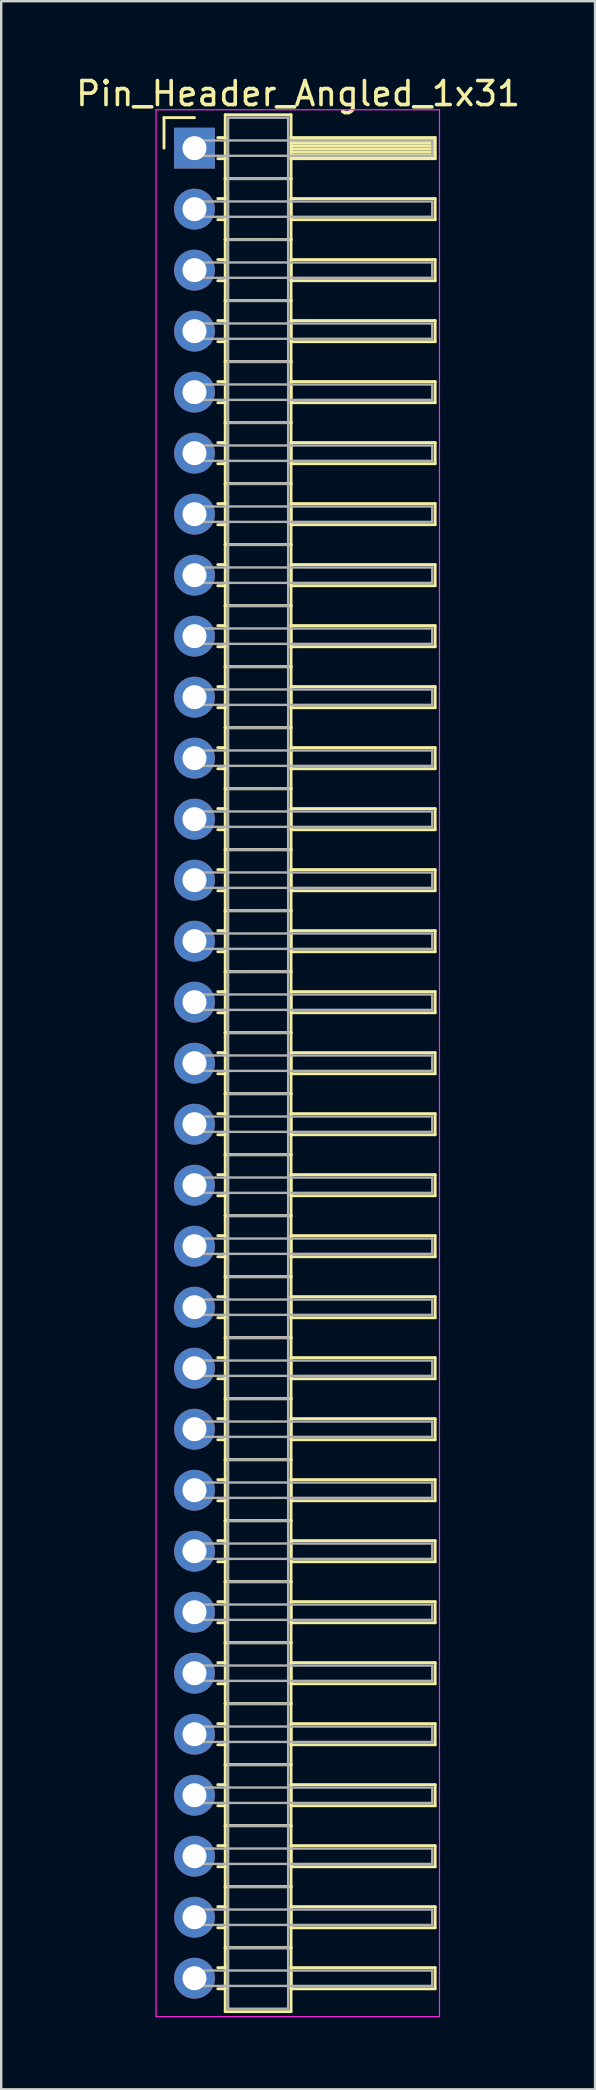
<source format=kicad_pcb>
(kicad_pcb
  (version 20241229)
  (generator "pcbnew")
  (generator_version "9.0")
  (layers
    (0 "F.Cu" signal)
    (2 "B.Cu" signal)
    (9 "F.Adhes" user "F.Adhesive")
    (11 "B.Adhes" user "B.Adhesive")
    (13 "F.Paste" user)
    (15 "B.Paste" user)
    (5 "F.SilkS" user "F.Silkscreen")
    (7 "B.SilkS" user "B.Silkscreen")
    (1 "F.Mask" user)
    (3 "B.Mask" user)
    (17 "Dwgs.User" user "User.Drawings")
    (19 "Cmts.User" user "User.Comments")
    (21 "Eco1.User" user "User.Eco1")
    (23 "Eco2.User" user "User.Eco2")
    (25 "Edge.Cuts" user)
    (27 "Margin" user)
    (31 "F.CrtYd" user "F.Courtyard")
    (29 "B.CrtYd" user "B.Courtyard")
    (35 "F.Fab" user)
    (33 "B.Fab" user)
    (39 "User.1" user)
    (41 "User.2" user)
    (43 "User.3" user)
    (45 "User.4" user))
  (footprint "Pin_Header_Angled_1x31"
    (layer "F.Cu")
    (at 5.048 3.118)
    (property "Reference" "Pin_Header_Angled_1x31" (at 4.315 -2.27 0) (layer "F.SilkS") (effects (font (size 1 1) (thickness 0.15))))
    (attr through_hole)
    (fp_line (start -1.27 -1.27) (end 0 -1.27) (stroke (width 0.12) (type solid)) (layer "F.SilkS"))
    (fp_line (start -1.27 0) (end -1.27 -1.27) (stroke (width 0.12) (type solid)) (layer "F.SilkS"))
    (fp_line (start 0.97 -0.44) (end 1.28 -0.44) (stroke (width 0.12) (type solid)) (layer "F.SilkS"))
    (fp_line (start 0.97 0.44) (end 1.28 0.44) (stroke (width 0.12) (type solid)) (layer "F.SilkS"))
    (fp_line (start 0.97 2.1) (end 1.28 2.1) (stroke (width 0.12) (type solid)) (layer "F.SilkS"))
    (fp_line (start 0.97 2.98) (end 1.28 2.98) (stroke (width 0.12) (type solid)) (layer "F.SilkS"))
    (fp_line (start 0.97 4.64) (end 1.28 4.64) (stroke (width 0.12) (type solid)) (layer "F.SilkS"))
    (fp_line (start 0.97 5.52) (end 1.28 5.52) (stroke (width 0.12) (type solid)) (layer "F.SilkS"))
    (fp_line (start 0.97 7.18) (end 1.28 7.18) (stroke (width 0.12) (type solid)) (layer "F.SilkS"))
    (fp_line (start 0.97 8.06) (end 1.28 8.06) (stroke (width 0.12) (type solid)) (layer "F.SilkS"))
    (fp_line (start 0.97 9.72) (end 1.28 9.72) (stroke (width 0.12) (type solid)) (layer "F.SilkS"))
    (fp_line (start 0.97 10.6) (end 1.28 10.6) (stroke (width 0.12) (type solid)) (layer "F.SilkS"))
    (fp_line (start 0.97 12.26) (end 1.28 12.26) (stroke (width 0.12) (type solid)) (layer "F.SilkS"))
    (fp_line (start 0.97 13.14) (end 1.28 13.14) (stroke (width 0.12) (type solid)) (layer "F.SilkS"))
    (fp_line (start 0.97 14.8) (end 1.28 14.8) (stroke (width 0.12) (type solid)) (layer "F.SilkS"))
    (fp_line (start 0.97 15.68) (end 1.28 15.68) (stroke (width 0.12) (type solid)) (layer "F.SilkS"))
    (fp_line (start 0.97 17.34) (end 1.28 17.34) (stroke (width 0.12) (type solid)) (layer "F.SilkS"))
    (fp_line (start 0.97 18.22) (end 1.28 18.22) (stroke (width 0.12) (type solid)) (layer "F.SilkS"))
    (fp_line (start 0.97 19.88) (end 1.28 19.88) (stroke (width 0.12) (type solid)) (layer "F.SilkS"))
    (fp_line (start 0.97 20.76) (end 1.28 20.76) (stroke (width 0.12) (type solid)) (layer "F.SilkS"))
    (fp_line (start 0.97 22.42) (end 1.28 22.42) (stroke (width 0.12) (type solid)) (layer "F.SilkS"))
    (fp_line (start 0.97 23.3) (end 1.28 23.3) (stroke (width 0.12) (type solid)) (layer "F.SilkS"))
    (fp_line (start 0.97 24.96) (end 1.28 24.96) (stroke (width 0.12) (type solid)) (layer "F.SilkS"))
    (fp_line (start 0.97 25.84) (end 1.28 25.84) (stroke (width 0.12) (type solid)) (layer "F.SilkS"))
    (fp_line (start 0.97 27.5) (end 1.28 27.5) (stroke (width 0.12) (type solid)) (layer "F.SilkS"))
    (fp_line (start 0.97 28.38) (end 1.28 28.38) (stroke (width 0.12) (type solid)) (layer "F.SilkS"))
    (fp_line (start 0.97 30.04) (end 1.28 30.04) (stroke (width 0.12) (type solid)) (layer "F.SilkS"))
    (fp_line (start 0.97 30.92) (end 1.28 30.92) (stroke (width 0.12) (type solid)) (layer "F.SilkS"))
    (fp_line (start 0.97 32.58) (end 1.28 32.58) (stroke (width 0.12) (type solid)) (layer "F.SilkS"))
    (fp_line (start 0.97 33.46) (end 1.28 33.46) (stroke (width 0.12) (type solid)) (layer "F.SilkS"))
    (fp_line (start 0.97 35.12) (end 1.28 35.12) (stroke (width 0.12) (type solid)) (layer "F.SilkS"))
    (fp_line (start 0.97 36) (end 1.28 36) (stroke (width 0.12) (type solid)) (layer "F.SilkS"))
    (fp_line (start 0.97 37.66) (end 1.28 37.66) (stroke (width 0.12) (type solid)) (layer "F.SilkS"))
    (fp_line (start 0.97 38.54) (end 1.28 38.54) (stroke (width 0.12) (type solid)) (layer "F.SilkS"))
    (fp_line (start 0.97 40.2) (end 1.28 40.2) (stroke (width 0.12) (type solid)) (layer "F.SilkS"))
    (fp_line (start 0.97 41.08) (end 1.28 41.08) (stroke (width 0.12) (type solid)) (layer "F.SilkS"))
    (fp_line (start 0.97 42.74) (end 1.28 42.74) (stroke (width 0.12) (type solid)) (layer "F.SilkS"))
    (fp_line (start 0.97 43.62) (end 1.28 43.62) (stroke (width 0.12) (type solid)) (layer "F.SilkS"))
    (fp_line (start 0.97 45.28) (end 1.28 45.28) (stroke (width 0.12) (type solid)) (layer "F.SilkS"))
    (fp_line (start 0.97 46.16) (end 1.28 46.16) (stroke (width 0.12) (type solid)) (layer "F.SilkS"))
    (fp_line (start 0.97 47.82) (end 1.28 47.82) (stroke (width 0.12) (type solid)) (layer "F.SilkS"))
    (fp_line (start 0.97 48.7) (end 1.28 48.7) (stroke (width 0.12) (type solid)) (layer "F.SilkS"))
    (fp_line (start 0.97 50.36) (end 1.28 50.36) (stroke (width 0.12) (type solid)) (layer "F.SilkS"))
    (fp_line (start 0.97 51.24) (end 1.28 51.24) (stroke (width 0.12) (type solid)) (layer "F.SilkS"))
    (fp_line (start 0.97 52.9) (end 1.28 52.9) (stroke (width 0.12) (type solid)) (layer "F.SilkS"))
    (fp_line (start 0.97 53.78) (end 1.28 53.78) (stroke (width 0.12) (type solid)) (layer "F.SilkS"))
    (fp_line (start 0.97 55.44) (end 1.28 55.44) (stroke (width 0.12) (type solid)) (layer "F.SilkS"))
    (fp_line (start 0.97 56.32) (end 1.28 56.32) (stroke (width 0.12) (type solid)) (layer "F.SilkS"))
    (fp_line (start 0.97 57.98) (end 1.28 57.98) (stroke (width 0.12) (type solid)) (layer "F.SilkS"))
    (fp_line (start 0.97 58.86) (end 1.28 58.86) (stroke (width 0.12) (type solid)) (layer "F.SilkS"))
    (fp_line (start 0.97 60.52) (end 1.28 60.52) (stroke (width 0.12) (type solid)) (layer "F.SilkS"))
    (fp_line (start 0.97 61.4) (end 1.28 61.4) (stroke (width 0.12) (type solid)) (layer "F.SilkS"))
    (fp_line (start 0.97 63.06) (end 1.28 63.06) (stroke (width 0.12) (type solid)) (layer "F.SilkS"))
    (fp_line (start 0.97 63.94) (end 1.28 63.94) (stroke (width 0.12) (type solid)) (layer "F.SilkS"))
    (fp_line (start 0.97 65.6) (end 1.28 65.6) (stroke (width 0.12) (type solid)) (layer "F.SilkS"))
    (fp_line (start 0.97 66.48) (end 1.28 66.48) (stroke (width 0.12) (type solid)) (layer "F.SilkS"))
    (fp_line (start 0.97 68.14) (end 1.28 68.14) (stroke (width 0.12) (type solid)) (layer "F.SilkS"))
    (fp_line (start 0.97 69.02) (end 1.28 69.02) (stroke (width 0.12) (type solid)) (layer "F.SilkS"))
    (fp_line (start 0.97 70.68) (end 1.28 70.68) (stroke (width 0.12) (type solid)) (layer "F.SilkS"))
    (fp_line (start 0.97 71.56) (end 1.28 71.56) (stroke (width 0.12) (type solid)) (layer "F.SilkS"))
    (fp_line (start 0.97 73.22) (end 1.28 73.22) (stroke (width 0.12) (type solid)) (layer "F.SilkS"))
    (fp_line (start 0.97 74.1) (end 1.28 74.1) (stroke (width 0.12) (type solid)) (layer "F.SilkS"))
    (fp_line (start 0.97 75.76) (end 1.28 75.76) (stroke (width 0.12) (type solid)) (layer "F.SilkS"))
    (fp_line (start 0.97 76.64) (end 1.28 76.64) (stroke (width 0.12) (type solid)) (layer "F.SilkS"))
    (fp_line (start 1.28 -1.39) (end 1.28 1.27) (stroke (width 0.12) (type solid)) (layer "F.SilkS"))
    (fp_line (start 1.28 1.27) (end 1.28 3.81) (stroke (width 0.12) (type solid)) (layer "F.SilkS"))
    (fp_line (start 1.28 1.27) (end 4.02 1.27) (stroke (width 0.12) (type solid)) (layer "F.SilkS"))
    (fp_line (start 1.28 3.81) (end 1.28 6.35) (stroke (width 0.12) (type solid)) (layer "F.SilkS"))
    (fp_line (start 1.28 3.81) (end 4.02 3.81) (stroke (width 0.12) (type solid)) (layer "F.SilkS"))
    (fp_line (start 1.28 6.35) (end 1.28 8.89) (stroke (width 0.12) (type solid)) (layer "F.SilkS"))
    (fp_line (start 1.28 6.35) (end 4.02 6.35) (stroke (width 0.12) (type solid)) (layer "F.SilkS"))
    (fp_line (start 1.28 8.89) (end 1.28 11.43) (stroke (width 0.12) (type solid)) (layer "F.SilkS"))
    (fp_line (start 1.28 8.89) (end 4.02 8.89) (stroke (width 0.12) (type solid)) (layer "F.SilkS"))
    (fp_line (start 1.28 11.43) (end 1.28 13.97) (stroke (width 0.12) (type solid)) (layer "F.SilkS"))
    (fp_line (start 1.28 11.43) (end 4.02 11.43) (stroke (width 0.12) (type solid)) (layer "F.SilkS"))
    (fp_line (start 1.28 13.97) (end 1.28 16.51) (stroke (width 0.12) (type solid)) (layer "F.SilkS"))
    (fp_line (start 1.28 13.97) (end 4.02 13.97) (stroke (width 0.12) (type solid)) (layer "F.SilkS"))
    (fp_line (start 1.28 16.51) (end 1.28 19.05) (stroke (width 0.12) (type solid)) (layer "F.SilkS"))
    (fp_line (start 1.28 16.51) (end 4.02 16.51) (stroke (width 0.12) (type solid)) (layer "F.SilkS"))
    (fp_line (start 1.28 19.05) (end 1.28 21.59) (stroke (width 0.12) (type solid)) (layer "F.SilkS"))
    (fp_line (start 1.28 19.05) (end 4.02 19.05) (stroke (width 0.12) (type solid)) (layer "F.SilkS"))
    (fp_line (start 1.28 21.59) (end 1.28 24.13) (stroke (width 0.12) (type solid)) (layer "F.SilkS"))
    (fp_line (start 1.28 21.59) (end 4.02 21.59) (stroke (width 0.12) (type solid)) (layer "F.SilkS"))
    (fp_line (start 1.28 24.13) (end 1.28 26.67) (stroke (width 0.12) (type solid)) (layer "F.SilkS"))
    (fp_line (start 1.28 24.13) (end 4.02 24.13) (stroke (width 0.12) (type solid)) (layer "F.SilkS"))
    (fp_line (start 1.28 26.67) (end 1.28 29.21) (stroke (width 0.12) (type solid)) (layer "F.SilkS"))
    (fp_line (start 1.28 26.67) (end 4.02 26.67) (stroke (width 0.12) (type solid)) (layer "F.SilkS"))
    (fp_line (start 1.28 29.21) (end 1.28 31.75) (stroke (width 0.12) (type solid)) (layer "F.SilkS"))
    (fp_line (start 1.28 29.21) (end 4.02 29.21) (stroke (width 0.12) (type solid)) (layer "F.SilkS"))
    (fp_line (start 1.28 31.75) (end 1.28 34.29) (stroke (width 0.12) (type solid)) (layer "F.SilkS"))
    (fp_line (start 1.28 31.75) (end 4.02 31.75) (stroke (width 0.12) (type solid)) (layer "F.SilkS"))
    (fp_line (start 1.28 34.29) (end 1.28 36.83) (stroke (width 0.12) (type solid)) (layer "F.SilkS"))
    (fp_line (start 1.28 34.29) (end 4.02 34.29) (stroke (width 0.12) (type solid)) (layer "F.SilkS"))
    (fp_line (start 1.28 36.83) (end 1.28 39.37) (stroke (width 0.12) (type solid)) (layer "F.SilkS"))
    (fp_line (start 1.28 36.83) (end 4.02 36.83) (stroke (width 0.12) (type solid)) (layer "F.SilkS"))
    (fp_line (start 1.28 39.37) (end 1.28 41.91) (stroke (width 0.12) (type solid)) (layer "F.SilkS"))
    (fp_line (start 1.28 39.37) (end 4.02 39.37) (stroke (width 0.12) (type solid)) (layer "F.SilkS"))
    (fp_line (start 1.28 41.91) (end 1.28 44.45) (stroke (width 0.12) (type solid)) (layer "F.SilkS"))
    (fp_line (start 1.28 41.91) (end 4.02 41.91) (stroke (width 0.12) (type solid)) (layer "F.SilkS"))
    (fp_line (start 1.28 44.45) (end 1.28 46.99) (stroke (width 0.12) (type solid)) (layer "F.SilkS"))
    (fp_line (start 1.28 44.45) (end 4.02 44.45) (stroke (width 0.12) (type solid)) (layer "F.SilkS"))
    (fp_line (start 1.28 46.99) (end 1.28 49.53) (stroke (width 0.12) (type solid)) (layer "F.SilkS"))
    (fp_line (start 1.28 46.99) (end 4.02 46.99) (stroke (width 0.12) (type solid)) (layer "F.SilkS"))
    (fp_line (start 1.28 49.53) (end 1.28 52.07) (stroke (width 0.12) (type solid)) (layer "F.SilkS"))
    (fp_line (start 1.28 49.53) (end 4.02 49.53) (stroke (width 0.12) (type solid)) (layer "F.SilkS"))
    (fp_line (start 1.28 52.07) (end 1.28 54.61) (stroke (width 0.12) (type solid)) (layer "F.SilkS"))
    (fp_line (start 1.28 52.07) (end 4.02 52.07) (stroke (width 0.12) (type solid)) (layer "F.SilkS"))
    (fp_line (start 1.28 54.61) (end 1.28 57.15) (stroke (width 0.12) (type solid)) (layer "F.SilkS"))
    (fp_line (start 1.28 54.61) (end 4.02 54.61) (stroke (width 0.12) (type solid)) (layer "F.SilkS"))
    (fp_line (start 1.28 57.15) (end 1.28 59.69) (stroke (width 0.12) (type solid)) (layer "F.SilkS"))
    (fp_line (start 1.28 57.15) (end 4.02 57.15) (stroke (width 0.12) (type solid)) (layer "F.SilkS"))
    (fp_line (start 1.28 59.69) (end 1.28 62.23) (stroke (width 0.12) (type solid)) (layer "F.SilkS"))
    (fp_line (start 1.28 59.69) (end 4.02 59.69) (stroke (width 0.12) (type solid)) (layer "F.SilkS"))
    (fp_line (start 1.28 62.23) (end 1.28 64.77) (stroke (width 0.12) (type solid)) (layer "F.SilkS"))
    (fp_line (start 1.28 62.23) (end 4.02 62.23) (stroke (width 0.12) (type solid)) (layer "F.SilkS"))
    (fp_line (start 1.28 64.77) (end 1.28 67.31) (stroke (width 0.12) (type solid)) (layer "F.SilkS"))
    (fp_line (start 1.28 64.77) (end 4.02 64.77) (stroke (width 0.12) (type solid)) (layer "F.SilkS"))
    (fp_line (start 1.28 67.31) (end 1.28 69.85) (stroke (width 0.12) (type solid)) (layer "F.SilkS"))
    (fp_line (start 1.28 67.31) (end 4.02 67.31) (stroke (width 0.12) (type solid)) (layer "F.SilkS"))
    (fp_line (start 1.28 69.85) (end 1.28 72.39) (stroke (width 0.12) (type solid)) (layer "F.SilkS"))
    (fp_line (start 1.28 69.85) (end 4.02 69.85) (stroke (width 0.12) (type solid)) (layer "F.SilkS"))
    (fp_line (start 1.28 72.39) (end 1.28 74.93) (stroke (width 0.12) (type solid)) (layer "F.SilkS"))
    (fp_line (start 1.28 72.39) (end 4.02 72.39) (stroke (width 0.12) (type solid)) (layer "F.SilkS"))
    (fp_line (start 1.28 74.93) (end 1.28 77.59) (stroke (width 0.12) (type solid)) (layer "F.SilkS"))
    (fp_line (start 1.28 74.93) (end 4.02 74.93) (stroke (width 0.12) (type solid)) (layer "F.SilkS"))
    (fp_line (start 1.28 77.59) (end 4.02 77.59) (stroke (width 0.12) (type solid)) (layer "F.SilkS"))
    (fp_line (start 4.02 -1.39) (end 1.28 -1.39) (stroke (width 0.12) (type solid)) (layer "F.SilkS"))
    (fp_line (start 4.02 -0.44) (end 4.02 0.44) (stroke (width 0.12) (type solid)) (layer "F.SilkS"))
    (fp_line (start 4.02 -0.32) (end 10.02 -0.32) (stroke (width 0.12) (type solid)) (layer "F.SilkS"))
    (fp_line (start 4.02 -0.2) (end 10.02 -0.2) (stroke (width 0.12) (type solid)) (layer "F.SilkS"))
    (fp_line (start 4.02 -0.08) (end 10.02 -0.08) (stroke (width 0.12) (type solid)) (layer "F.SilkS"))
    (fp_line (start 4.02 0.04) (end 10.02 0.04) (stroke (width 0.12) (type solid)) (layer "F.SilkS"))
    (fp_line (start 4.02 0.16) (end 10.02 0.16) (stroke (width 0.12) (type solid)) (layer "F.SilkS"))
    (fp_line (start 4.02 0.28) (end 10.02 0.28) (stroke (width 0.12) (type solid)) (layer "F.SilkS"))
    (fp_line (start 4.02 0.4) (end 10.02 0.4) (stroke (width 0.12) (type solid)) (layer "F.SilkS"))
    (fp_line (start 4.02 0.44) (end 10.02 0.44) (stroke (width 0.12) (type solid)) (layer "F.SilkS"))
    (fp_line (start 4.02 1.27) (end 1.28 1.27) (stroke (width 0.12) (type solid)) (layer "F.SilkS"))
    (fp_line (start 4.02 1.27) (end 4.02 -1.39) (stroke (width 0.12) (type solid)) (layer "F.SilkS"))
    (fp_line (start 4.02 2.1) (end 4.02 2.98) (stroke (width 0.12) (type solid)) (layer "F.SilkS"))
    (fp_line (start 4.02 2.98) (end 10.02 2.98) (stroke (width 0.12) (type solid)) (layer "F.SilkS"))
    (fp_line (start 4.02 3.81) (end 1.28 3.81) (stroke (width 0.12) (type solid)) (layer "F.SilkS"))
    (fp_line (start 4.02 3.81) (end 4.02 1.27) (stroke (width 0.12) (type solid)) (layer "F.SilkS"))
    (fp_line (start 4.02 4.64) (end 4.02 5.52) (stroke (width 0.12) (type solid)) (layer "F.SilkS"))
    (fp_line (start 4.02 5.52) (end 10.02 5.52) (stroke (width 0.12) (type solid)) (layer "F.SilkS"))
    (fp_line (start 4.02 6.35) (end 1.28 6.35) (stroke (width 0.12) (type solid)) (layer "F.SilkS"))
    (fp_line (start 4.02 6.35) (end 4.02 3.81) (stroke (width 0.12) (type solid)) (layer "F.SilkS"))
    (fp_line (start 4.02 7.18) (end 4.02 8.06) (stroke (width 0.12) (type solid)) (layer "F.SilkS"))
    (fp_line (start 4.02 8.06) (end 10.02 8.06) (stroke (width 0.12) (type solid)) (layer "F.SilkS"))
    (fp_line (start 4.02 8.89) (end 1.28 8.89) (stroke (width 0.12) (type solid)) (layer "F.SilkS"))
    (fp_line (start 4.02 8.89) (end 4.02 6.35) (stroke (width 0.12) (type solid)) (layer "F.SilkS"))
    (fp_line (start 4.02 9.72) (end 4.02 10.6) (stroke (width 0.12) (type solid)) (layer "F.SilkS"))
    (fp_line (start 4.02 10.6) (end 10.02 10.6) (stroke (width 0.12) (type solid)) (layer "F.SilkS"))
    (fp_line (start 4.02 11.43) (end 1.28 11.43) (stroke (width 0.12) (type solid)) (layer "F.SilkS"))
    (fp_line (start 4.02 11.43) (end 4.02 8.89) (stroke (width 0.12) (type solid)) (layer "F.SilkS"))
    (fp_line (start 4.02 12.26) (end 4.02 13.14) (stroke (width 0.12) (type solid)) (layer "F.SilkS"))
    (fp_line (start 4.02 13.14) (end 10.02 13.14) (stroke (width 0.12) (type solid)) (layer "F.SilkS"))
    (fp_line (start 4.02 13.97) (end 1.28 13.97) (stroke (width 0.12) (type solid)) (layer "F.SilkS"))
    (fp_line (start 4.02 13.97) (end 4.02 11.43) (stroke (width 0.12) (type solid)) (layer "F.SilkS"))
    (fp_line (start 4.02 14.8) (end 4.02 15.68) (stroke (width 0.12) (type solid)) (layer "F.SilkS"))
    (fp_line (start 4.02 15.68) (end 10.02 15.68) (stroke (width 0.12) (type solid)) (layer "F.SilkS"))
    (fp_line (start 4.02 16.51) (end 1.28 16.51) (stroke (width 0.12) (type solid)) (layer "F.SilkS"))
    (fp_line (start 4.02 16.51) (end 4.02 13.97) (stroke (width 0.12) (type solid)) (layer "F.SilkS"))
    (fp_line (start 4.02 17.34) (end 4.02 18.22) (stroke (width 0.12) (type solid)) (layer "F.SilkS"))
    (fp_line (start 4.02 18.22) (end 10.02 18.22) (stroke (width 0.12) (type solid)) (layer "F.SilkS"))
    (fp_line (start 4.02 19.05) (end 1.28 19.05) (stroke (width 0.12) (type solid)) (layer "F.SilkS"))
    (fp_line (start 4.02 19.05) (end 4.02 16.51) (stroke (width 0.12) (type solid)) (layer "F.SilkS"))
    (fp_line (start 4.02 19.88) (end 4.02 20.76) (stroke (width 0.12) (type solid)) (layer "F.SilkS"))
    (fp_line (start 4.02 20.76) (end 10.02 20.76) (stroke (width 0.12) (type solid)) (layer "F.SilkS"))
    (fp_line (start 4.02 21.59) (end 1.28 21.59) (stroke (width 0.12) (type solid)) (layer "F.SilkS"))
    (fp_line (start 4.02 21.59) (end 4.02 19.05) (stroke (width 0.12) (type solid)) (layer "F.SilkS"))
    (fp_line (start 4.02 22.42) (end 4.02 23.3) (stroke (width 0.12) (type solid)) (layer "F.SilkS"))
    (fp_line (start 4.02 23.3) (end 10.02 23.3) (stroke (width 0.12) (type solid)) (layer "F.SilkS"))
    (fp_line (start 4.02 24.13) (end 1.28 24.13) (stroke (width 0.12) (type solid)) (layer "F.SilkS"))
    (fp_line (start 4.02 24.13) (end 4.02 21.59) (stroke (width 0.12) (type solid)) (layer "F.SilkS"))
    (fp_line (start 4.02 24.96) (end 4.02 25.84) (stroke (width 0.12) (type solid)) (layer "F.SilkS"))
    (fp_line (start 4.02 25.84) (end 10.02 25.84) (stroke (width 0.12) (type solid)) (layer "F.SilkS"))
    (fp_line (start 4.02 26.67) (end 1.28 26.67) (stroke (width 0.12) (type solid)) (layer "F.SilkS"))
    (fp_line (start 4.02 26.67) (end 4.02 24.13) (stroke (width 0.12) (type solid)) (layer "F.SilkS"))
    (fp_line (start 4.02 27.5) (end 4.02 28.38) (stroke (width 0.12) (type solid)) (layer "F.SilkS"))
    (fp_line (start 4.02 28.38) (end 10.02 28.38) (stroke (width 0.12) (type solid)) (layer "F.SilkS"))
    (fp_line (start 4.02 29.21) (end 1.28 29.21) (stroke (width 0.12) (type solid)) (layer "F.SilkS"))
    (fp_line (start 4.02 29.21) (end 4.02 26.67) (stroke (width 0.12) (type solid)) (layer "F.SilkS"))
    (fp_line (start 4.02 30.04) (end 4.02 30.92) (stroke (width 0.12) (type solid)) (layer "F.SilkS"))
    (fp_line (start 4.02 30.92) (end 10.02 30.92) (stroke (width 0.12) (type solid)) (layer "F.SilkS"))
    (fp_line (start 4.02 31.75) (end 1.28 31.75) (stroke (width 0.12) (type solid)) (layer "F.SilkS"))
    (fp_line (start 4.02 31.75) (end 4.02 29.21) (stroke (width 0.12) (type solid)) (layer "F.SilkS"))
    (fp_line (start 4.02 32.58) (end 4.02 33.46) (stroke (width 0.12) (type solid)) (layer "F.SilkS"))
    (fp_line (start 4.02 33.46) (end 10.02 33.46) (stroke (width 0.12) (type solid)) (layer "F.SilkS"))
    (fp_line (start 4.02 34.29) (end 1.28 34.29) (stroke (width 0.12) (type solid)) (layer "F.SilkS"))
    (fp_line (start 4.02 34.29) (end 4.02 31.75) (stroke (width 0.12) (type solid)) (layer "F.SilkS"))
    (fp_line (start 4.02 35.12) (end 4.02 36) (stroke (width 0.12) (type solid)) (layer "F.SilkS"))
    (fp_line (start 4.02 36) (end 10.02 36) (stroke (width 0.12) (type solid)) (layer "F.SilkS"))
    (fp_line (start 4.02 36.83) (end 1.28 36.83) (stroke (width 0.12) (type solid)) (layer "F.SilkS"))
    (fp_line (start 4.02 36.83) (end 4.02 34.29) (stroke (width 0.12) (type solid)) (layer "F.SilkS"))
    (fp_line (start 4.02 37.66) (end 4.02 38.54) (stroke (width 0.12) (type solid)) (layer "F.SilkS"))
    (fp_line (start 4.02 38.54) (end 10.02 38.54) (stroke (width 0.12) (type solid)) (layer "F.SilkS"))
    (fp_line (start 4.02 39.37) (end 1.28 39.37) (stroke (width 0.12) (type solid)) (layer "F.SilkS"))
    (fp_line (start 4.02 39.37) (end 4.02 36.83) (stroke (width 0.12) (type solid)) (layer "F.SilkS"))
    (fp_line (start 4.02 40.2) (end 4.02 41.08) (stroke (width 0.12) (type solid)) (layer "F.SilkS"))
    (fp_line (start 4.02 41.08) (end 10.02 41.08) (stroke (width 0.12) (type solid)) (layer "F.SilkS"))
    (fp_line (start 4.02 41.91) (end 1.28 41.91) (stroke (width 0.12) (type solid)) (layer "F.SilkS"))
    (fp_line (start 4.02 41.91) (end 4.02 39.37) (stroke (width 0.12) (type solid)) (layer "F.SilkS"))
    (fp_line (start 4.02 42.74) (end 4.02 43.62) (stroke (width 0.12) (type solid)) (layer "F.SilkS"))
    (fp_line (start 4.02 43.62) (end 10.02 43.62) (stroke (width 0.12) (type solid)) (layer "F.SilkS"))
    (fp_line (start 4.02 44.45) (end 1.28 44.45) (stroke (width 0.12) (type solid)) (layer "F.SilkS"))
    (fp_line (start 4.02 44.45) (end 4.02 41.91) (stroke (width 0.12) (type solid)) (layer "F.SilkS"))
    (fp_line (start 4.02 45.28) (end 4.02 46.16) (stroke (width 0.12) (type solid)) (layer "F.SilkS"))
    (fp_line (start 4.02 46.16) (end 10.02 46.16) (stroke (width 0.12) (type solid)) (layer "F.SilkS"))
    (fp_line (start 4.02 46.99) (end 1.28 46.99) (stroke (width 0.12) (type solid)) (layer "F.SilkS"))
    (fp_line (start 4.02 46.99) (end 4.02 44.45) (stroke (width 0.12) (type solid)) (layer "F.SilkS"))
    (fp_line (start 4.02 47.82) (end 4.02 48.7) (stroke (width 0.12) (type solid)) (layer "F.SilkS"))
    (fp_line (start 4.02 48.7) (end 10.02 48.7) (stroke (width 0.12) (type solid)) (layer "F.SilkS"))
    (fp_line (start 4.02 49.53) (end 1.28 49.53) (stroke (width 0.12) (type solid)) (layer "F.SilkS"))
    (fp_line (start 4.02 49.53) (end 4.02 46.99) (stroke (width 0.12) (type solid)) (layer "F.SilkS"))
    (fp_line (start 4.02 50.36) (end 4.02 51.24) (stroke (width 0.12) (type solid)) (layer "F.SilkS"))
    (fp_line (start 4.02 51.24) (end 10.02 51.24) (stroke (width 0.12) (type solid)) (layer "F.SilkS"))
    (fp_line (start 4.02 52.07) (end 1.28 52.07) (stroke (width 0.12) (type solid)) (layer "F.SilkS"))
    (fp_line (start 4.02 52.07) (end 4.02 49.53) (stroke (width 0.12) (type solid)) (layer "F.SilkS"))
    (fp_line (start 4.02 52.9) (end 4.02 53.78) (stroke (width 0.12) (type solid)) (layer "F.SilkS"))
    (fp_line (start 4.02 53.78) (end 10.02 53.78) (stroke (width 0.12) (type solid)) (layer "F.SilkS"))
    (fp_line (start 4.02 54.61) (end 1.28 54.61) (stroke (width 0.12) (type solid)) (layer "F.SilkS"))
    (fp_line (start 4.02 54.61) (end 4.02 52.07) (stroke (width 0.12) (type solid)) (layer "F.SilkS"))
    (fp_line (start 4.02 55.44) (end 4.02 56.32) (stroke (width 0.12) (type solid)) (layer "F.SilkS"))
    (fp_line (start 4.02 56.32) (end 10.02 56.32) (stroke (width 0.12) (type solid)) (layer "F.SilkS"))
    (fp_line (start 4.02 57.15) (end 1.28 57.15) (stroke (width 0.12) (type solid)) (layer "F.SilkS"))
    (fp_line (start 4.02 57.15) (end 4.02 54.61) (stroke (width 0.12) (type solid)) (layer "F.SilkS"))
    (fp_line (start 4.02 57.98) (end 4.02 58.86) (stroke (width 0.12) (type solid)) (layer "F.SilkS"))
    (fp_line (start 4.02 58.86) (end 10.02 58.86) (stroke (width 0.12) (type solid)) (layer "F.SilkS"))
    (fp_line (start 4.02 59.69) (end 1.28 59.69) (stroke (width 0.12) (type solid)) (layer "F.SilkS"))
    (fp_line (start 4.02 59.69) (end 4.02 57.15) (stroke (width 0.12) (type solid)) (layer "F.SilkS"))
    (fp_line (start 4.02 60.52) (end 4.02 61.4) (stroke (width 0.12) (type solid)) (layer "F.SilkS"))
    (fp_line (start 4.02 61.4) (end 10.02 61.4) (stroke (width 0.12) (type solid)) (layer "F.SilkS"))
    (fp_line (start 4.02 62.23) (end 1.28 62.23) (stroke (width 0.12) (type solid)) (layer "F.SilkS"))
    (fp_line (start 4.02 62.23) (end 4.02 59.69) (stroke (width 0.12) (type solid)) (layer "F.SilkS"))
    (fp_line (start 4.02 63.06) (end 4.02 63.94) (stroke (width 0.12) (type solid)) (layer "F.SilkS"))
    (fp_line (start 4.02 63.94) (end 10.02 63.94) (stroke (width 0.12) (type solid)) (layer "F.SilkS"))
    (fp_line (start 4.02 64.77) (end 1.28 64.77) (stroke (width 0.12) (type solid)) (layer "F.SilkS"))
    (fp_line (start 4.02 64.77) (end 4.02 62.23) (stroke (width 0.12) (type solid)) (layer "F.SilkS"))
    (fp_line (start 4.02 65.6) (end 4.02 66.48) (stroke (width 0.12) (type solid)) (layer "F.SilkS"))
    (fp_line (start 4.02 66.48) (end 10.02 66.48) (stroke (width 0.12) (type solid)) (layer "F.SilkS"))
    (fp_line (start 4.02 67.31) (end 1.28 67.31) (stroke (width 0.12) (type solid)) (layer "F.SilkS"))
    (fp_line (start 4.02 67.31) (end 4.02 64.77) (stroke (width 0.12) (type solid)) (layer "F.SilkS"))
    (fp_line (start 4.02 68.14) (end 4.02 69.02) (stroke (width 0.12) (type solid)) (layer "F.SilkS"))
    (fp_line (start 4.02 69.02) (end 10.02 69.02) (stroke (width 0.12) (type solid)) (layer "F.SilkS"))
    (fp_line (start 4.02 69.85) (end 1.28 69.85) (stroke (width 0.12) (type solid)) (layer "F.SilkS"))
    (fp_line (start 4.02 69.85) (end 4.02 67.31) (stroke (width 0.12) (type solid)) (layer "F.SilkS"))
    (fp_line (start 4.02 70.68) (end 4.02 71.56) (stroke (width 0.12) (type solid)) (layer "F.SilkS"))
    (fp_line (start 4.02 71.56) (end 10.02 71.56) (stroke (width 0.12) (type solid)) (layer "F.SilkS"))
    (fp_line (start 4.02 72.39) (end 1.28 72.39) (stroke (width 0.12) (type solid)) (layer "F.SilkS"))
    (fp_line (start 4.02 72.39) (end 4.02 69.85) (stroke (width 0.12) (type solid)) (layer "F.SilkS"))
    (fp_line (start 4.02 73.22) (end 4.02 74.1) (stroke (width 0.12) (type solid)) (layer "F.SilkS"))
    (fp_line (start 4.02 74.1) (end 10.02 74.1) (stroke (width 0.12) (type solid)) (layer "F.SilkS"))
    (fp_line (start 4.02 74.93) (end 1.28 74.93) (stroke (width 0.12) (type solid)) (layer "F.SilkS"))
    (fp_line (start 4.02 74.93) (end 4.02 72.39) (stroke (width 0.12) (type solid)) (layer "F.SilkS"))
    (fp_line (start 4.02 75.76) (end 4.02 76.64) (stroke (width 0.12) (type solid)) (layer "F.SilkS"))
    (fp_line (start 4.02 76.64) (end 10.02 76.64) (stroke (width 0.12) (type solid)) (layer "F.SilkS"))
    (fp_line (start 4.02 77.59) (end 4.02 74.93) (stroke (width 0.12) (type solid)) (layer "F.SilkS"))
    (fp_line (start 10.02 -0.44) (end 4.02 -0.44) (stroke (width 0.12) (type solid)) (layer "F.SilkS"))
    (fp_line (start 10.02 0.44) (end 10.02 -0.44) (stroke (width 0.12) (type solid)) (layer "F.SilkS"))
    (fp_line (start 10.02 2.1) (end 4.02 2.1) (stroke (width 0.12) (type solid)) (layer "F.SilkS"))
    (fp_line (start 10.02 2.98) (end 10.02 2.1) (stroke (width 0.12) (type solid)) (layer "F.SilkS"))
    (fp_line (start 10.02 4.64) (end 4.02 4.64) (stroke (width 0.12) (type solid)) (layer "F.SilkS"))
    (fp_line (start 10.02 5.52) (end 10.02 4.64) (stroke (width 0.12) (type solid)) (layer "F.SilkS"))
    (fp_line (start 10.02 7.18) (end 4.02 7.18) (stroke (width 0.12) (type solid)) (layer "F.SilkS"))
    (fp_line (start 10.02 8.06) (end 10.02 7.18) (stroke (width 0.12) (type solid)) (layer "F.SilkS"))
    (fp_line (start 10.02 9.72) (end 4.02 9.72) (stroke (width 0.12) (type solid)) (layer "F.SilkS"))
    (fp_line (start 10.02 10.6) (end 10.02 9.72) (stroke (width 0.12) (type solid)) (layer "F.SilkS"))
    (fp_line (start 10.02 12.26) (end 4.02 12.26) (stroke (width 0.12) (type solid)) (layer "F.SilkS"))
    (fp_line (start 10.02 13.14) (end 10.02 12.26) (stroke (width 0.12) (type solid)) (layer "F.SilkS"))
    (fp_line (start 10.02 14.8) (end 4.02 14.8) (stroke (width 0.12) (type solid)) (layer "F.SilkS"))
    (fp_line (start 10.02 15.68) (end 10.02 14.8) (stroke (width 0.12) (type solid)) (layer "F.SilkS"))
    (fp_line (start 10.02 17.34) (end 4.02 17.34) (stroke (width 0.12) (type solid)) (layer "F.SilkS"))
    (fp_line (start 10.02 18.22) (end 10.02 17.34) (stroke (width 0.12) (type solid)) (layer "F.SilkS"))
    (fp_line (start 10.02 19.88) (end 4.02 19.88) (stroke (width 0.12) (type solid)) (layer "F.SilkS"))
    (fp_line (start 10.02 20.76) (end 10.02 19.88) (stroke (width 0.12) (type solid)) (layer "F.SilkS"))
    (fp_line (start 10.02 22.42) (end 4.02 22.42) (stroke (width 0.12) (type solid)) (layer "F.SilkS"))
    (fp_line (start 10.02 23.3) (end 10.02 22.42) (stroke (width 0.12) (type solid)) (layer "F.SilkS"))
    (fp_line (start 10.02 24.96) (end 4.02 24.96) (stroke (width 0.12) (type solid)) (layer "F.SilkS"))
    (fp_line (start 10.02 25.84) (end 10.02 24.96) (stroke (width 0.12) (type solid)) (layer "F.SilkS"))
    (fp_line (start 10.02 27.5) (end 4.02 27.5) (stroke (width 0.12) (type solid)) (layer "F.SilkS"))
    (fp_line (start 10.02 28.38) (end 10.02 27.5) (stroke (width 0.12) (type solid)) (layer "F.SilkS"))
    (fp_line (start 10.02 30.04) (end 4.02 30.04) (stroke (width 0.12) (type solid)) (layer "F.SilkS"))
    (fp_line (start 10.02 30.92) (end 10.02 30.04) (stroke (width 0.12) (type solid)) (layer "F.SilkS"))
    (fp_line (start 10.02 32.58) (end 4.02 32.58) (stroke (width 0.12) (type solid)) (layer "F.SilkS"))
    (fp_line (start 10.02 33.46) (end 10.02 32.58) (stroke (width 0.12) (type solid)) (layer "F.SilkS"))
    (fp_line (start 10.02 35.12) (end 4.02 35.12) (stroke (width 0.12) (type solid)) (layer "F.SilkS"))
    (fp_line (start 10.02 36) (end 10.02 35.12) (stroke (width 0.12) (type solid)) (layer "F.SilkS"))
    (fp_line (start 10.02 37.66) (end 4.02 37.66) (stroke (width 0.12) (type solid)) (layer "F.SilkS"))
    (fp_line (start 10.02 38.54) (end 10.02 37.66) (stroke (width 0.12) (type solid)) (layer "F.SilkS"))
    (fp_line (start 10.02 40.2) (end 4.02 40.2) (stroke (width 0.12) (type solid)) (layer "F.SilkS"))
    (fp_line (start 10.02 41.08) (end 10.02 40.2) (stroke (width 0.12) (type solid)) (layer "F.SilkS"))
    (fp_line (start 10.02 42.74) (end 4.02 42.74) (stroke (width 0.12) (type solid)) (layer "F.SilkS"))
    (fp_line (start 10.02 43.62) (end 10.02 42.74) (stroke (width 0.12) (type solid)) (layer "F.SilkS"))
    (fp_line (start 10.02 45.28) (end 4.02 45.28) (stroke (width 0.12) (type solid)) (layer "F.SilkS"))
    (fp_line (start 10.02 46.16) (end 10.02 45.28) (stroke (width 0.12) (type solid)) (layer "F.SilkS"))
    (fp_line (start 10.02 47.82) (end 4.02 47.82) (stroke (width 0.12) (type solid)) (layer "F.SilkS"))
    (fp_line (start 10.02 48.7) (end 10.02 47.82) (stroke (width 0.12) (type solid)) (layer "F.SilkS"))
    (fp_line (start 10.02 50.36) (end 4.02 50.36) (stroke (width 0.12) (type solid)) (layer "F.SilkS"))
    (fp_line (start 10.02 51.24) (end 10.02 50.36) (stroke (width 0.12) (type solid)) (layer "F.SilkS"))
    (fp_line (start 10.02 52.9) (end 4.02 52.9) (stroke (width 0.12) (type solid)) (layer "F.SilkS"))
    (fp_line (start 10.02 53.78) (end 10.02 52.9) (stroke (width 0.12) (type solid)) (layer "F.SilkS"))
    (fp_line (start 10.02 55.44) (end 4.02 55.44) (stroke (width 0.12) (type solid)) (layer "F.SilkS"))
    (fp_line (start 10.02 56.32) (end 10.02 55.44) (stroke (width 0.12) (type solid)) (layer "F.SilkS"))
    (fp_line (start 10.02 57.98) (end 4.02 57.98) (stroke (width 0.12) (type solid)) (layer "F.SilkS"))
    (fp_line (start 10.02 58.86) (end 10.02 57.98) (stroke (width 0.12) (type solid)) (layer "F.SilkS"))
    (fp_line (start 10.02 60.52) (end 4.02 60.52) (stroke (width 0.12) (type solid)) (layer "F.SilkS"))
    (fp_line (start 10.02 61.4) (end 10.02 60.52) (stroke (width 0.12) (type solid)) (layer "F.SilkS"))
    (fp_line (start 10.02 63.06) (end 4.02 63.06) (stroke (width 0.12) (type solid)) (layer "F.SilkS"))
    (fp_line (start 10.02 63.94) (end 10.02 63.06) (stroke (width 0.12) (type solid)) (layer "F.SilkS"))
    (fp_line (start 10.02 65.6) (end 4.02 65.6) (stroke (width 0.12) (type solid)) (layer "F.SilkS"))
    (fp_line (start 10.02 66.48) (end 10.02 65.6) (stroke (width 0.12) (type solid)) (layer "F.SilkS"))
    (fp_line (start 10.02 68.14) (end 4.02 68.14) (stroke (width 0.12) (type solid)) (layer "F.SilkS"))
    (fp_line (start 10.02 69.02) (end 10.02 68.14) (stroke (width 0.12) (type solid)) (layer "F.SilkS"))
    (fp_line (start 10.02 70.68) (end 4.02 70.68) (stroke (width 0.12) (type solid)) (layer "F.SilkS"))
    (fp_line (start 10.02 71.56) (end 10.02 70.68) (stroke (width 0.12) (type solid)) (layer "F.SilkS"))
    (fp_line (start 10.02 73.22) (end 4.02 73.22) (stroke (width 0.12) (type solid)) (layer "F.SilkS"))
    (fp_line (start 10.02 74.1) (end 10.02 73.22) (stroke (width 0.12) (type solid)) (layer "F.SilkS"))
    (fp_line (start 10.02 75.76) (end 4.02 75.76) (stroke (width 0.12) (type solid)) (layer "F.SilkS"))
    (fp_line (start 10.02 76.64) (end 10.02 75.76) (stroke (width 0.12) (type solid)) (layer "F.SilkS"))
    (fp_line (start -1.6 -1.6) (end -1.6 77.8) (stroke (width 0.05) (type solid)) (layer "F.CrtYd"))
    (fp_line (start -1.6 77.8) (end 10.2 77.8) (stroke (width 0.05) (type solid)) (layer "F.CrtYd"))
    (fp_line (start 10.2 -1.6) (end -1.6 -1.6) (stroke (width 0.05) (type solid)) (layer "F.CrtYd"))
    (fp_line (start 10.2 77.8) (end 10.2 -1.6) (stroke (width 0.05) (type solid)) (layer "F.CrtYd"))
    (fp_line (start 0 -0.32) (end 0 0.32) (stroke (width 0.1) (type solid)) (layer "F.Fab"))
    (fp_line (start 0 0.32) (end 9.9 0.32) (stroke (width 0.1) (type solid)) (layer "F.Fab"))
    (fp_line (start 0 2.22) (end 0 2.86) (stroke (width 0.1) (type solid)) (layer "F.Fab"))
    (fp_line (start 0 2.86) (end 9.9 2.86) (stroke (width 0.1) (type solid)) (layer "F.Fab"))
    (fp_line (start 0 4.76) (end 0 5.4) (stroke (width 0.1) (type solid)) (layer "F.Fab"))
    (fp_line (start 0 5.4) (end 9.9 5.4) (stroke (width 0.1) (type solid)) (layer "F.Fab"))
    (fp_line (start 0 7.3) (end 0 7.94) (stroke (width 0.1) (type solid)) (layer "F.Fab"))
    (fp_line (start 0 7.94) (end 9.9 7.94) (stroke (width 0.1) (type solid)) (layer "F.Fab"))
    (fp_line (start 0 9.84) (end 0 10.48) (stroke (width 0.1) (type solid)) (layer "F.Fab"))
    (fp_line (start 0 10.48) (end 9.9 10.48) (stroke (width 0.1) (type solid)) (layer "F.Fab"))
    (fp_line (start 0 12.38) (end 0 13.02) (stroke (width 0.1) (type solid)) (layer "F.Fab"))
    (fp_line (start 0 13.02) (end 9.9 13.02) (stroke (width 0.1) (type solid)) (layer "F.Fab"))
    (fp_line (start 0 14.92) (end 0 15.56) (stroke (width 0.1) (type solid)) (layer "F.Fab"))
    (fp_line (start 0 15.56) (end 9.9 15.56) (stroke (width 0.1) (type solid)) (layer "F.Fab"))
    (fp_line (start 0 17.46) (end 0 18.1) (stroke (width 0.1) (type solid)) (layer "F.Fab"))
    (fp_line (start 0 18.1) (end 9.9 18.1) (stroke (width 0.1) (type solid)) (layer "F.Fab"))
    (fp_line (start 0 20) (end 0 20.64) (stroke (width 0.1) (type solid)) (layer "F.Fab"))
    (fp_line (start 0 20.64) (end 9.9 20.64) (stroke (width 0.1) (type solid)) (layer "F.Fab"))
    (fp_line (start 0 22.54) (end 0 23.18) (stroke (width 0.1) (type solid)) (layer "F.Fab"))
    (fp_line (start 0 23.18) (end 9.9 23.18) (stroke (width 0.1) (type solid)) (layer "F.Fab"))
    (fp_line (start 0 25.08) (end 0 25.72) (stroke (width 0.1) (type solid)) (layer "F.Fab"))
    (fp_line (start 0 25.72) (end 9.9 25.72) (stroke (width 0.1) (type solid)) (layer "F.Fab"))
    (fp_line (start 0 27.62) (end 0 28.26) (stroke (width 0.1) (type solid)) (layer "F.Fab"))
    (fp_line (start 0 28.26) (end 9.9 28.26) (stroke (width 0.1) (type solid)) (layer "F.Fab"))
    (fp_line (start 0 30.16) (end 0 30.8) (stroke (width 0.1) (type solid)) (layer "F.Fab"))
    (fp_line (start 0 30.8) (end 9.9 30.8) (stroke (width 0.1) (type solid)) (layer "F.Fab"))
    (fp_line (start 0 32.7) (end 0 33.34) (stroke (width 0.1) (type solid)) (layer "F.Fab"))
    (fp_line (start 0 33.34) (end 9.9 33.34) (stroke (width 0.1) (type solid)) (layer "F.Fab"))
    (fp_line (start 0 35.24) (end 0 35.88) (stroke (width 0.1) (type solid)) (layer "F.Fab"))
    (fp_line (start 0 35.88) (end 9.9 35.88) (stroke (width 0.1) (type solid)) (layer "F.Fab"))
    (fp_line (start 0 37.78) (end 0 38.42) (stroke (width 0.1) (type solid)) (layer "F.Fab"))
    (fp_line (start 0 38.42) (end 9.9 38.42) (stroke (width 0.1) (type solid)) (layer "F.Fab"))
    (fp_line (start 0 40.32) (end 0 40.96) (stroke (width 0.1) (type solid)) (layer "F.Fab"))
    (fp_line (start 0 40.96) (end 9.9 40.96) (stroke (width 0.1) (type solid)) (layer "F.Fab"))
    (fp_line (start 0 42.86) (end 0 43.5) (stroke (width 0.1) (type solid)) (layer "F.Fab"))
    (fp_line (start 0 43.5) (end 9.9 43.5) (stroke (width 0.1) (type solid)) (layer "F.Fab"))
    (fp_line (start 0 45.4) (end 0 46.04) (stroke (width 0.1) (type solid)) (layer "F.Fab"))
    (fp_line (start 0 46.04) (end 9.9 46.04) (stroke (width 0.1) (type solid)) (layer "F.Fab"))
    (fp_line (start 0 47.94) (end 0 48.58) (stroke (width 0.1) (type solid)) (layer "F.Fab"))
    (fp_line (start 0 48.58) (end 9.9 48.58) (stroke (width 0.1) (type solid)) (layer "F.Fab"))
    (fp_line (start 0 50.48) (end 0 51.12) (stroke (width 0.1) (type solid)) (layer "F.Fab"))
    (fp_line (start 0 51.12) (end 9.9 51.12) (stroke (width 0.1) (type solid)) (layer "F.Fab"))
    (fp_line (start 0 53.02) (end 0 53.66) (stroke (width 0.1) (type solid)) (layer "F.Fab"))
    (fp_line (start 0 53.66) (end 9.9 53.66) (stroke (width 0.1) (type solid)) (layer "F.Fab"))
    (fp_line (start 0 55.56) (end 0 56.2) (stroke (width 0.1) (type solid)) (layer "F.Fab"))
    (fp_line (start 0 56.2) (end 9.9 56.2) (stroke (width 0.1) (type solid)) (layer "F.Fab"))
    (fp_line (start 0 58.1) (end 0 58.74) (stroke (width 0.1) (type solid)) (layer "F.Fab"))
    (fp_line (start 0 58.74) (end 9.9 58.74) (stroke (width 0.1) (type solid)) (layer "F.Fab"))
    (fp_line (start 0 60.64) (end 0 61.28) (stroke (width 0.1) (type solid)) (layer "F.Fab"))
    (fp_line (start 0 61.28) (end 9.9 61.28) (stroke (width 0.1) (type solid)) (layer "F.Fab"))
    (fp_line (start 0 63.18) (end 0 63.82) (stroke (width 0.1) (type solid)) (layer "F.Fab"))
    (fp_line (start 0 63.82) (end 9.9 63.82) (stroke (width 0.1) (type solid)) (layer "F.Fab"))
    (fp_line (start 0 65.72) (end 0 66.36) (stroke (width 0.1) (type solid)) (layer "F.Fab"))
    (fp_line (start 0 66.36) (end 9.9 66.36) (stroke (width 0.1) (type solid)) (layer "F.Fab"))
    (fp_line (start 0 68.26) (end 0 68.9) (stroke (width 0.1) (type solid)) (layer "F.Fab"))
    (fp_line (start 0 68.9) (end 9.9 68.9) (stroke (width 0.1) (type solid)) (layer "F.Fab"))
    (fp_line (start 0 70.8) (end 0 71.44) (stroke (width 0.1) (type solid)) (layer "F.Fab"))
    (fp_line (start 0 71.44) (end 9.9 71.44) (stroke (width 0.1) (type solid)) (layer "F.Fab"))
    (fp_line (start 0 73.34) (end 0 73.98) (stroke (width 0.1) (type solid)) (layer "F.Fab"))
    (fp_line (start 0 73.98) (end 9.9 73.98) (stroke (width 0.1) (type solid)) (layer "F.Fab"))
    (fp_line (start 0 75.88) (end 0 76.52) (stroke (width 0.1) (type solid)) (layer "F.Fab"))
    (fp_line (start 0 76.52) (end 9.9 76.52) (stroke (width 0.1) (type solid)) (layer "F.Fab"))
    (fp_line (start 1.4 -1.27) (end 1.4 1.27) (stroke (width 0.1) (type solid)) (layer "F.Fab"))
    (fp_line (start 1.4 1.27) (end 1.4 3.81) (stroke (width 0.1) (type solid)) (layer "F.Fab"))
    (fp_line (start 1.4 1.27) (end 3.9 1.27) (stroke (width 0.1) (type solid)) (layer "F.Fab"))
    (fp_line (start 1.4 3.81) (end 1.4 6.35) (stroke (width 0.1) (type solid)) (layer "F.Fab"))
    (fp_line (start 1.4 3.81) (end 3.9 3.81) (stroke (width 0.1) (type solid)) (layer "F.Fab"))
    (fp_line (start 1.4 6.35) (end 1.4 8.89) (stroke (width 0.1) (type solid)) (layer "F.Fab"))
    (fp_line (start 1.4 6.35) (end 3.9 6.35) (stroke (width 0.1) (type solid)) (layer "F.Fab"))
    (fp_line (start 1.4 8.89) (end 1.4 11.43) (stroke (width 0.1) (type solid)) (layer "F.Fab"))
    (fp_line (start 1.4 8.89) (end 3.9 8.89) (stroke (width 0.1) (type solid)) (layer "F.Fab"))
    (fp_line (start 1.4 11.43) (end 1.4 13.97) (stroke (width 0.1) (type solid)) (layer "F.Fab"))
    (fp_line (start 1.4 11.43) (end 3.9 11.43) (stroke (width 0.1) (type solid)) (layer "F.Fab"))
    (fp_line (start 1.4 13.97) (end 1.4 16.51) (stroke (width 0.1) (type solid)) (layer "F.Fab"))
    (fp_line (start 1.4 13.97) (end 3.9 13.97) (stroke (width 0.1) (type solid)) (layer "F.Fab"))
    (fp_line (start 1.4 16.51) (end 1.4 19.05) (stroke (width 0.1) (type solid)) (layer "F.Fab"))
    (fp_line (start 1.4 16.51) (end 3.9 16.51) (stroke (width 0.1) (type solid)) (layer "F.Fab"))
    (fp_line (start 1.4 19.05) (end 1.4 21.59) (stroke (width 0.1) (type solid)) (layer "F.Fab"))
    (fp_line (start 1.4 19.05) (end 3.9 19.05) (stroke (width 0.1) (type solid)) (layer "F.Fab"))
    (fp_line (start 1.4 21.59) (end 1.4 24.13) (stroke (width 0.1) (type solid)) (layer "F.Fab"))
    (fp_line (start 1.4 21.59) (end 3.9 21.59) (stroke (width 0.1) (type solid)) (layer "F.Fab"))
    (fp_line (start 1.4 24.13) (end 1.4 26.67) (stroke (width 0.1) (type solid)) (layer "F.Fab"))
    (fp_line (start 1.4 24.13) (end 3.9 24.13) (stroke (width 0.1) (type solid)) (layer "F.Fab"))
    (fp_line (start 1.4 26.67) (end 1.4 29.21) (stroke (width 0.1) (type solid)) (layer "F.Fab"))
    (fp_line (start 1.4 26.67) (end 3.9 26.67) (stroke (width 0.1) (type solid)) (layer "F.Fab"))
    (fp_line (start 1.4 29.21) (end 1.4 31.75) (stroke (width 0.1) (type solid)) (layer "F.Fab"))
    (fp_line (start 1.4 29.21) (end 3.9 29.21) (stroke (width 0.1) (type solid)) (layer "F.Fab"))
    (fp_line (start 1.4 31.75) (end 1.4 34.29) (stroke (width 0.1) (type solid)) (layer "F.Fab"))
    (fp_line (start 1.4 31.75) (end 3.9 31.75) (stroke (width 0.1) (type solid)) (layer "F.Fab"))
    (fp_line (start 1.4 34.29) (end 1.4 36.83) (stroke (width 0.1) (type solid)) (layer "F.Fab"))
    (fp_line (start 1.4 34.29) (end 3.9 34.29) (stroke (width 0.1) (type solid)) (layer "F.Fab"))
    (fp_line (start 1.4 36.83) (end 1.4 39.37) (stroke (width 0.1) (type solid)) (layer "F.Fab"))
    (fp_line (start 1.4 36.83) (end 3.9 36.83) (stroke (width 0.1) (type solid)) (layer "F.Fab"))
    (fp_line (start 1.4 39.37) (end 1.4 41.91) (stroke (width 0.1) (type solid)) (layer "F.Fab"))
    (fp_line (start 1.4 39.37) (end 3.9 39.37) (stroke (width 0.1) (type solid)) (layer "F.Fab"))
    (fp_line (start 1.4 41.91) (end 1.4 44.45) (stroke (width 0.1) (type solid)) (layer "F.Fab"))
    (fp_line (start 1.4 41.91) (end 3.9 41.91) (stroke (width 0.1) (type solid)) (layer "F.Fab"))
    (fp_line (start 1.4 44.45) (end 1.4 46.99) (stroke (width 0.1) (type solid)) (layer "F.Fab"))
    (fp_line (start 1.4 44.45) (end 3.9 44.45) (stroke (width 0.1) (type solid)) (layer "F.Fab"))
    (fp_line (start 1.4 46.99) (end 1.4 49.53) (stroke (width 0.1) (type solid)) (layer "F.Fab"))
    (fp_line (start 1.4 46.99) (end 3.9 46.99) (stroke (width 0.1) (type solid)) (layer "F.Fab"))
    (fp_line (start 1.4 49.53) (end 1.4 52.07) (stroke (width 0.1) (type solid)) (layer "F.Fab"))
    (fp_line (start 1.4 49.53) (end 3.9 49.53) (stroke (width 0.1) (type solid)) (layer "F.Fab"))
    (fp_line (start 1.4 52.07) (end 1.4 54.61) (stroke (width 0.1) (type solid)) (layer "F.Fab"))
    (fp_line (start 1.4 52.07) (end 3.9 52.07) (stroke (width 0.1) (type solid)) (layer "F.Fab"))
    (fp_line (start 1.4 54.61) (end 1.4 57.15) (stroke (width 0.1) (type solid)) (layer "F.Fab"))
    (fp_line (start 1.4 54.61) (end 3.9 54.61) (stroke (width 0.1) (type solid)) (layer "F.Fab"))
    (fp_line (start 1.4 57.15) (end 1.4 59.69) (stroke (width 0.1) (type solid)) (layer "F.Fab"))
    (fp_line (start 1.4 57.15) (end 3.9 57.15) (stroke (width 0.1) (type solid)) (layer "F.Fab"))
    (fp_line (start 1.4 59.69) (end 1.4 62.23) (stroke (width 0.1) (type solid)) (layer "F.Fab"))
    (fp_line (start 1.4 59.69) (end 3.9 59.69) (stroke (width 0.1) (type solid)) (layer "F.Fab"))
    (fp_line (start 1.4 62.23) (end 1.4 64.77) (stroke (width 0.1) (type solid)) (layer "F.Fab"))
    (fp_line (start 1.4 62.23) (end 3.9 62.23) (stroke (width 0.1) (type solid)) (layer "F.Fab"))
    (fp_line (start 1.4 64.77) (end 1.4 67.31) (stroke (width 0.1) (type solid)) (layer "F.Fab"))
    (fp_line (start 1.4 64.77) (end 3.9 64.77) (stroke (width 0.1) (type solid)) (layer "F.Fab"))
    (fp_line (start 1.4 67.31) (end 1.4 69.85) (stroke (width 0.1) (type solid)) (layer "F.Fab"))
    (fp_line (start 1.4 67.31) (end 3.9 67.31) (stroke (width 0.1) (type solid)) (layer "F.Fab"))
    (fp_line (start 1.4 69.85) (end 1.4 72.39) (stroke (width 0.1) (type solid)) (layer "F.Fab"))
    (fp_line (start 1.4 69.85) (end 3.9 69.85) (stroke (width 0.1) (type solid)) (layer "F.Fab"))
    (fp_line (start 1.4 72.39) (end 1.4 74.93) (stroke (width 0.1) (type solid)) (layer "F.Fab"))
    (fp_line (start 1.4 72.39) (end 3.9 72.39) (stroke (width 0.1) (type solid)) (layer "F.Fab"))
    (fp_line (start 1.4 74.93) (end 1.4 77.47) (stroke (width 0.1) (type solid)) (layer "F.Fab"))
    (fp_line (start 1.4 74.93) (end 3.9 74.93) (stroke (width 0.1) (type solid)) (layer "F.Fab"))
    (fp_line (start 1.4 77.47) (end 3.9 77.47) (stroke (width 0.1) (type solid)) (layer "F.Fab"))
    (fp_line (start 3.9 -1.27) (end 1.4 -1.27) (stroke (width 0.1) (type solid)) (layer "F.Fab"))
    (fp_line (start 3.9 1.27) (end 1.4 1.27) (stroke (width 0.1) (type solid)) (layer "F.Fab"))
    (fp_line (start 3.9 1.27) (end 3.9 -1.27) (stroke (width 0.1) (type solid)) (layer "F.Fab"))
    (fp_line (start 3.9 3.81) (end 1.4 3.81) (stroke (width 0.1) (type solid)) (layer "F.Fab"))
    (fp_line (start 3.9 3.81) (end 3.9 1.27) (stroke (width 0.1) (type solid)) (layer "F.Fab"))
    (fp_line (start 3.9 6.35) (end 1.4 6.35) (stroke (width 0.1) (type solid)) (layer "F.Fab"))
    (fp_line (start 3.9 6.35) (end 3.9 3.81) (stroke (width 0.1) (type solid)) (layer "F.Fab"))
    (fp_line (start 3.9 8.89) (end 1.4 8.89) (stroke (width 0.1) (type solid)) (layer "F.Fab"))
    (fp_line (start 3.9 8.89) (end 3.9 6.35) (stroke (width 0.1) (type solid)) (layer "F.Fab"))
    (fp_line (start 3.9 11.43) (end 1.4 11.43) (stroke (width 0.1) (type solid)) (layer "F.Fab"))
    (fp_line (start 3.9 11.43) (end 3.9 8.89) (stroke (width 0.1) (type solid)) (layer "F.Fab"))
    (fp_line (start 3.9 13.97) (end 1.4 13.97) (stroke (width 0.1) (type solid)) (layer "F.Fab"))
    (fp_line (start 3.9 13.97) (end 3.9 11.43) (stroke (width 0.1) (type solid)) (layer "F.Fab"))
    (fp_line (start 3.9 16.51) (end 1.4 16.51) (stroke (width 0.1) (type solid)) (layer "F.Fab"))
    (fp_line (start 3.9 16.51) (end 3.9 13.97) (stroke (width 0.1) (type solid)) (layer "F.Fab"))
    (fp_line (start 3.9 19.05) (end 1.4 19.05) (stroke (width 0.1) (type solid)) (layer "F.Fab"))
    (fp_line (start 3.9 19.05) (end 3.9 16.51) (stroke (width 0.1) (type solid)) (layer "F.Fab"))
    (fp_line (start 3.9 21.59) (end 1.4 21.59) (stroke (width 0.1) (type solid)) (layer "F.Fab"))
    (fp_line (start 3.9 21.59) (end 3.9 19.05) (stroke (width 0.1) (type solid)) (layer "F.Fab"))
    (fp_line (start 3.9 24.13) (end 1.4 24.13) (stroke (width 0.1) (type solid)) (layer "F.Fab"))
    (fp_line (start 3.9 24.13) (end 3.9 21.59) (stroke (width 0.1) (type solid)) (layer "F.Fab"))
    (fp_line (start 3.9 26.67) (end 1.4 26.67) (stroke (width 0.1) (type solid)) (layer "F.Fab"))
    (fp_line (start 3.9 26.67) (end 3.9 24.13) (stroke (width 0.1) (type solid)) (layer "F.Fab"))
    (fp_line (start 3.9 29.21) (end 1.4 29.21) (stroke (width 0.1) (type solid)) (layer "F.Fab"))
    (fp_line (start 3.9 29.21) (end 3.9 26.67) (stroke (width 0.1) (type solid)) (layer "F.Fab"))
    (fp_line (start 3.9 31.75) (end 1.4 31.75) (stroke (width 0.1) (type solid)) (layer "F.Fab"))
    (fp_line (start 3.9 31.75) (end 3.9 29.21) (stroke (width 0.1) (type solid)) (layer "F.Fab"))
    (fp_line (start 3.9 34.29) (end 1.4 34.29) (stroke (width 0.1) (type solid)) (layer "F.Fab"))
    (fp_line (start 3.9 34.29) (end 3.9 31.75) (stroke (width 0.1) (type solid)) (layer "F.Fab"))
    (fp_line (start 3.9 36.83) (end 1.4 36.83) (stroke (width 0.1) (type solid)) (layer "F.Fab"))
    (fp_line (start 3.9 36.83) (end 3.9 34.29) (stroke (width 0.1) (type solid)) (layer "F.Fab"))
    (fp_line (start 3.9 39.37) (end 1.4 39.37) (stroke (width 0.1) (type solid)) (layer "F.Fab"))
    (fp_line (start 3.9 39.37) (end 3.9 36.83) (stroke (width 0.1) (type solid)) (layer "F.Fab"))
    (fp_line (start 3.9 41.91) (end 1.4 41.91) (stroke (width 0.1) (type solid)) (layer "F.Fab"))
    (fp_line (start 3.9 41.91) (end 3.9 39.37) (stroke (width 0.1) (type solid)) (layer "F.Fab"))
    (fp_line (start 3.9 44.45) (end 1.4 44.45) (stroke (width 0.1) (type solid)) (layer "F.Fab"))
    (fp_line (start 3.9 44.45) (end 3.9 41.91) (stroke (width 0.1) (type solid)) (layer "F.Fab"))
    (fp_line (start 3.9 46.99) (end 1.4 46.99) (stroke (width 0.1) (type solid)) (layer "F.Fab"))
    (fp_line (start 3.9 46.99) (end 3.9 44.45) (stroke (width 0.1) (type solid)) (layer "F.Fab"))
    (fp_line (start 3.9 49.53) (end 1.4 49.53) (stroke (width 0.1) (type solid)) (layer "F.Fab"))
    (fp_line (start 3.9 49.53) (end 3.9 46.99) (stroke (width 0.1) (type solid)) (layer "F.Fab"))
    (fp_line (start 3.9 52.07) (end 1.4 52.07) (stroke (width 0.1) (type solid)) (layer "F.Fab"))
    (fp_line (start 3.9 52.07) (end 3.9 49.53) (stroke (width 0.1) (type solid)) (layer "F.Fab"))
    (fp_line (start 3.9 54.61) (end 1.4 54.61) (stroke (width 0.1) (type solid)) (layer "F.Fab"))
    (fp_line (start 3.9 54.61) (end 3.9 52.07) (stroke (width 0.1) (type solid)) (layer "F.Fab"))
    (fp_line (start 3.9 57.15) (end 1.4 57.15) (stroke (width 0.1) (type solid)) (layer "F.Fab"))
    (fp_line (start 3.9 57.15) (end 3.9 54.61) (stroke (width 0.1) (type solid)) (layer "F.Fab"))
    (fp_line (start 3.9 59.69) (end 1.4 59.69) (stroke (width 0.1) (type solid)) (layer "F.Fab"))
    (fp_line (start 3.9 59.69) (end 3.9 57.15) (stroke (width 0.1) (type solid)) (layer "F.Fab"))
    (fp_line (start 3.9 62.23) (end 1.4 62.23) (stroke (width 0.1) (type solid)) (layer "F.Fab"))
    (fp_line (start 3.9 62.23) (end 3.9 59.69) (stroke (width 0.1) (type solid)) (layer "F.Fab"))
    (fp_line (start 3.9 64.77) (end 1.4 64.77) (stroke (width 0.1) (type solid)) (layer "F.Fab"))
    (fp_line (start 3.9 64.77) (end 3.9 62.23) (stroke (width 0.1) (type solid)) (layer "F.Fab"))
    (fp_line (start 3.9 67.31) (end 1.4 67.31) (stroke (width 0.1) (type solid)) (layer "F.Fab"))
    (fp_line (start 3.9 67.31) (end 3.9 64.77) (stroke (width 0.1) (type solid)) (layer "F.Fab"))
    (fp_line (start 3.9 69.85) (end 1.4 69.85) (stroke (width 0.1) (type solid)) (layer "F.Fab"))
    (fp_line (start 3.9 69.85) (end 3.9 67.31) (stroke (width 0.1) (type solid)) (layer "F.Fab"))
    (fp_line (start 3.9 72.39) (end 1.4 72.39) (stroke (width 0.1) (type solid)) (layer "F.Fab"))
    (fp_line (start 3.9 72.39) (end 3.9 69.85) (stroke (width 0.1) (type solid)) (layer "F.Fab"))
    (fp_line (start 3.9 74.93) (end 1.4 74.93) (stroke (width 0.1) (type solid)) (layer "F.Fab"))
    (fp_line (start 3.9 74.93) (end 3.9 72.39) (stroke (width 0.1) (type solid)) (layer "F.Fab"))
    (fp_line (start 3.9 77.47) (end 3.9 74.93) (stroke (width 0.1) (type solid)) (layer "F.Fab"))
    (fp_line (start 9.9 -0.32) (end 0 -0.32) (stroke (width 0.1) (type solid)) (layer "F.Fab"))
    (fp_line (start 9.9 0.32) (end 9.9 -0.32) (stroke (width 0.1) (type solid)) (layer "F.Fab"))
    (fp_line (start 9.9 2.22) (end 0 2.22) (stroke (width 0.1) (type solid)) (layer "F.Fab"))
    (fp_line (start 9.9 2.86) (end 9.9 2.22) (stroke (width 0.1) (type solid)) (layer "F.Fab"))
    (fp_line (start 9.9 4.76) (end 0 4.76) (stroke (width 0.1) (type solid)) (layer "F.Fab"))
    (fp_line (start 9.9 5.4) (end 9.9 4.76) (stroke (width 0.1) (type solid)) (layer "F.Fab"))
    (fp_line (start 9.9 7.3) (end 0 7.3) (stroke (width 0.1) (type solid)) (layer "F.Fab"))
    (fp_line (start 9.9 7.94) (end 9.9 7.3) (stroke (width 0.1) (type solid)) (layer "F.Fab"))
    (fp_line (start 9.9 9.84) (end 0 9.84) (stroke (width 0.1) (type solid)) (layer "F.Fab"))
    (fp_line (start 9.9 10.48) (end 9.9 9.84) (stroke (width 0.1) (type solid)) (layer "F.Fab"))
    (fp_line (start 9.9 12.38) (end 0 12.38) (stroke (width 0.1) (type solid)) (layer "F.Fab"))
    (fp_line (start 9.9 13.02) (end 9.9 12.38) (stroke (width 0.1) (type solid)) (layer "F.Fab"))
    (fp_line (start 9.9 14.92) (end 0 14.92) (stroke (width 0.1) (type solid)) (layer "F.Fab"))
    (fp_line (start 9.9 15.56) (end 9.9 14.92) (stroke (width 0.1) (type solid)) (layer "F.Fab"))
    (fp_line (start 9.9 17.46) (end 0 17.46) (stroke (width 0.1) (type solid)) (layer "F.Fab"))
    (fp_line (start 9.9 18.1) (end 9.9 17.46) (stroke (width 0.1) (type solid)) (layer "F.Fab"))
    (fp_line (start 9.9 20) (end 0 20) (stroke (width 0.1) (type solid)) (layer "F.Fab"))
    (fp_line (start 9.9 20.64) (end 9.9 20) (stroke (width 0.1) (type solid)) (layer "F.Fab"))
    (fp_line (start 9.9 22.54) (end 0 22.54) (stroke (width 0.1) (type solid)) (layer "F.Fab"))
    (fp_line (start 9.9 23.18) (end 9.9 22.54) (stroke (width 0.1) (type solid)) (layer "F.Fab"))
    (fp_line (start 9.9 25.08) (end 0 25.08) (stroke (width 0.1) (type solid)) (layer "F.Fab"))
    (fp_line (start 9.9 25.72) (end 9.9 25.08) (stroke (width 0.1) (type solid)) (layer "F.Fab"))
    (fp_line (start 9.9 27.62) (end 0 27.62) (stroke (width 0.1) (type solid)) (layer "F.Fab"))
    (fp_line (start 9.9 28.26) (end 9.9 27.62) (stroke (width 0.1) (type solid)) (layer "F.Fab"))
    (fp_line (start 9.9 30.16) (end 0 30.16) (stroke (width 0.1) (type solid)) (layer "F.Fab"))
    (fp_line (start 9.9 30.8) (end 9.9 30.16) (stroke (width 0.1) (type solid)) (layer "F.Fab"))
    (fp_line (start 9.9 32.7) (end 0 32.7) (stroke (width 0.1) (type solid)) (layer "F.Fab"))
    (fp_line (start 9.9 33.34) (end 9.9 32.7) (stroke (width 0.1) (type solid)) (layer "F.Fab"))
    (fp_line (start 9.9 35.24) (end 0 35.24) (stroke (width 0.1) (type solid)) (layer "F.Fab"))
    (fp_line (start 9.9 35.88) (end 9.9 35.24) (stroke (width 0.1) (type solid)) (layer "F.Fab"))
    (fp_line (start 9.9 37.78) (end 0 37.78) (stroke (width 0.1) (type solid)) (layer "F.Fab"))
    (fp_line (start 9.9 38.42) (end 9.9 37.78) (stroke (width 0.1) (type solid)) (layer "F.Fab"))
    (fp_line (start 9.9 40.32) (end 0 40.32) (stroke (width 0.1) (type solid)) (layer "F.Fab"))
    (fp_line (start 9.9 40.96) (end 9.9 40.32) (stroke (width 0.1) (type solid)) (layer "F.Fab"))
    (fp_line (start 9.9 42.86) (end 0 42.86) (stroke (width 0.1) (type solid)) (layer "F.Fab"))
    (fp_line (start 9.9 43.5) (end 9.9 42.86) (stroke (width 0.1) (type solid)) (layer "F.Fab"))
    (fp_line (start 9.9 45.4) (end 0 45.4) (stroke (width 0.1) (type solid)) (layer "F.Fab"))
    (fp_line (start 9.9 46.04) (end 9.9 45.4) (stroke (width 0.1) (type solid)) (layer "F.Fab"))
    (fp_line (start 9.9 47.94) (end 0 47.94) (stroke (width 0.1) (type solid)) (layer "F.Fab"))
    (fp_line (start 9.9 48.58) (end 9.9 47.94) (stroke (width 0.1) (type solid)) (layer "F.Fab"))
    (fp_line (start 9.9 50.48) (end 0 50.48) (stroke (width 0.1) (type solid)) (layer "F.Fab"))
    (fp_line (start 9.9 51.12) (end 9.9 50.48) (stroke (width 0.1) (type solid)) (layer "F.Fab"))
    (fp_line (start 9.9 53.02) (end 0 53.02) (stroke (width 0.1) (type solid)) (layer "F.Fab"))
    (fp_line (start 9.9 53.66) (end 9.9 53.02) (stroke (width 0.1) (type solid)) (layer "F.Fab"))
    (fp_line (start 9.9 55.56) (end 0 55.56) (stroke (width 0.1) (type solid)) (layer "F.Fab"))
    (fp_line (start 9.9 56.2) (end 9.9 55.56) (stroke (width 0.1) (type solid)) (layer "F.Fab"))
    (fp_line (start 9.9 58.1) (end 0 58.1) (stroke (width 0.1) (type solid)) (layer "F.Fab"))
    (fp_line (start 9.9 58.74) (end 9.9 58.1) (stroke (width 0.1) (type solid)) (layer "F.Fab"))
    (fp_line (start 9.9 60.64) (end 0 60.64) (stroke (width 0.1) (type solid)) (layer "F.Fab"))
    (fp_line (start 9.9 61.28) (end 9.9 60.64) (stroke (width 0.1) (type solid)) (layer "F.Fab"))
    (fp_line (start 9.9 63.18) (end 0 63.18) (stroke (width 0.1) (type solid)) (layer "F.Fab"))
    (fp_line (start 9.9 63.82) (end 9.9 63.18) (stroke (width 0.1) (type solid)) (layer "F.Fab"))
    (fp_line (start 9.9 65.72) (end 0 65.72) (stroke (width 0.1) (type solid)) (layer "F.Fab"))
    (fp_line (start 9.9 66.36) (end 9.9 65.72) (stroke (width 0.1) (type solid)) (layer "F.Fab"))
    (fp_line (start 9.9 68.26) (end 0 68.26) (stroke (width 0.1) (type solid)) (layer "F.Fab"))
    (fp_line (start 9.9 68.9) (end 9.9 68.26) (stroke (width 0.1) (type solid)) (layer "F.Fab"))
    (fp_line (start 9.9 70.8) (end 0 70.8) (stroke (width 0.1) (type solid)) (layer "F.Fab"))
    (fp_line (start 9.9 71.44) (end 9.9 70.8) (stroke (width 0.1) (type solid)) (layer "F.Fab"))
    (fp_line (start 9.9 73.34) (end 0 73.34) (stroke (width 0.1) (type solid)) (layer "F.Fab"))
    (fp_line (start 9.9 73.98) (end 9.9 73.34) (stroke (width 0.1) (type solid)) (layer "F.Fab"))
    (fp_line (start 9.9 75.88) (end 0 75.88) (stroke (width 0.1) (type solid)) (layer "F.Fab"))
    (fp_line (start 9.9 76.52) (end 9.9 75.88) (stroke (width 0.1) (type solid)) (layer "F.Fab"))
    (pad "1" thru_hole rect (at 0 0) (size 1.7 1.7) (drill 1) (layers "*.Cu" "*.Mask"))
    (pad "2" thru_hole oval (at 0 2.54) (size 1.7 1.7) (drill 1) (layers "*.Cu" "*.Mask"))
    (pad "3" thru_hole oval (at 0 5.08) (size 1.7 1.7) (drill 1) (layers "*.Cu" "*.Mask"))
    (pad "4" thru_hole oval (at 0 7.62) (size 1.7 1.7) (drill 1) (layers "*.Cu" "*.Mask"))
    (pad "5" thru_hole oval (at 0 10.16) (size 1.7 1.7) (drill 1) (layers "*.Cu" "*.Mask"))
    (pad "6" thru_hole oval (at 0 12.7) (size 1.7 1.7) (drill 1) (layers "*.Cu" "*.Mask"))
    (pad "7" thru_hole oval (at 0 15.24) (size 1.7 1.7) (drill 1) (layers "*.Cu" "*.Mask"))
    (pad "8" thru_hole oval (at 0 17.78) (size 1.7 1.7) (drill 1) (layers "*.Cu" "*.Mask"))
    (pad "9" thru_hole oval (at 0 20.32) (size 1.7 1.7) (drill 1) (layers "*.Cu" "*.Mask"))
    (pad "10" thru_hole oval (at 0 22.86) (size 1.7 1.7) (drill 1) (layers "*.Cu" "*.Mask"))
    (pad "11" thru_hole oval (at 0 25.4) (size 1.7 1.7) (drill 1) (layers "*.Cu" "*.Mask"))
    (pad "12" thru_hole oval (at 0 27.94) (size 1.7 1.7) (drill 1) (layers "*.Cu" "*.Mask"))
    (pad "13" thru_hole oval (at 0 30.48) (size 1.7 1.7) (drill 1) (layers "*.Cu" "*.Mask"))
    (pad "14" thru_hole oval (at 0 33.02) (size 1.7 1.7) (drill 1) (layers "*.Cu" "*.Mask"))
    (pad "15" thru_hole oval (at 0 35.56) (size 1.7 1.7) (drill 1) (layers "*.Cu" "*.Mask"))
    (pad "16" thru_hole oval (at 0 38.1) (size 1.7 1.7) (drill 1) (layers "*.Cu" "*.Mask"))
    (pad "17" thru_hole oval (at 0 40.64) (size 1.7 1.7) (drill 1) (layers "*.Cu" "*.Mask"))
    (pad "18" thru_hole oval (at 0 43.18) (size 1.7 1.7) (drill 1) (layers "*.Cu" "*.Mask"))
    (pad "19" thru_hole oval (at 0 45.72) (size 1.7 1.7) (drill 1) (layers "*.Cu" "*.Mask"))
    (pad "20" thru_hole oval (at 0 48.26) (size 1.7 1.7) (drill 1) (layers "*.Cu" "*.Mask"))
    (pad "21" thru_hole oval (at 0 50.8) (size 1.7 1.7) (drill 1) (layers "*.Cu" "*.Mask"))
    (pad "22" thru_hole oval (at 0 53.34) (size 1.7 1.7) (drill 1) (layers "*.Cu" "*.Mask"))
    (pad "23" thru_hole oval (at 0 55.88) (size 1.7 1.7) (drill 1) (layers "*.Cu" "*.Mask"))
    (pad "24" thru_hole oval (at 0 58.42) (size 1.7 1.7) (drill 1) (layers "*.Cu" "*.Mask"))
    (pad "25" thru_hole oval (at 0 60.96) (size 1.7 1.7) (drill 1) (layers "*.Cu" "*.Mask"))
    (pad "26" thru_hole oval (at 0 63.5) (size 1.7 1.7) (drill 1) (layers "*.Cu" "*.Mask"))
    (pad "27" thru_hole oval (at 0 66.04) (size 1.7 1.7) (drill 1) (layers "*.Cu" "*.Mask"))
    (pad "28" thru_hole oval (at 0 68.58) (size 1.7 1.7) (drill 1) (layers "*.Cu" "*.Mask"))
    (pad "29" thru_hole oval (at 0 71.12) (size 1.7 1.7) (drill 1) (layers "*.Cu" "*.Mask"))
    (pad "30" thru_hole oval (at 0 73.66) (size 1.7 1.7) (drill 1) (layers "*.Cu" "*.Mask"))
    (pad "31" thru_hole oval (at 0 76.2) (size 1.7 1.7) (drill 1) (layers "*.Cu" "*.Mask")))
  (gr_rect
    (start -3 -3)
    (end 21.726 83.943)
    (stroke (width 0.1) (type default))
    (fill no)
    (layer "Edge.Cuts")))
</source>
